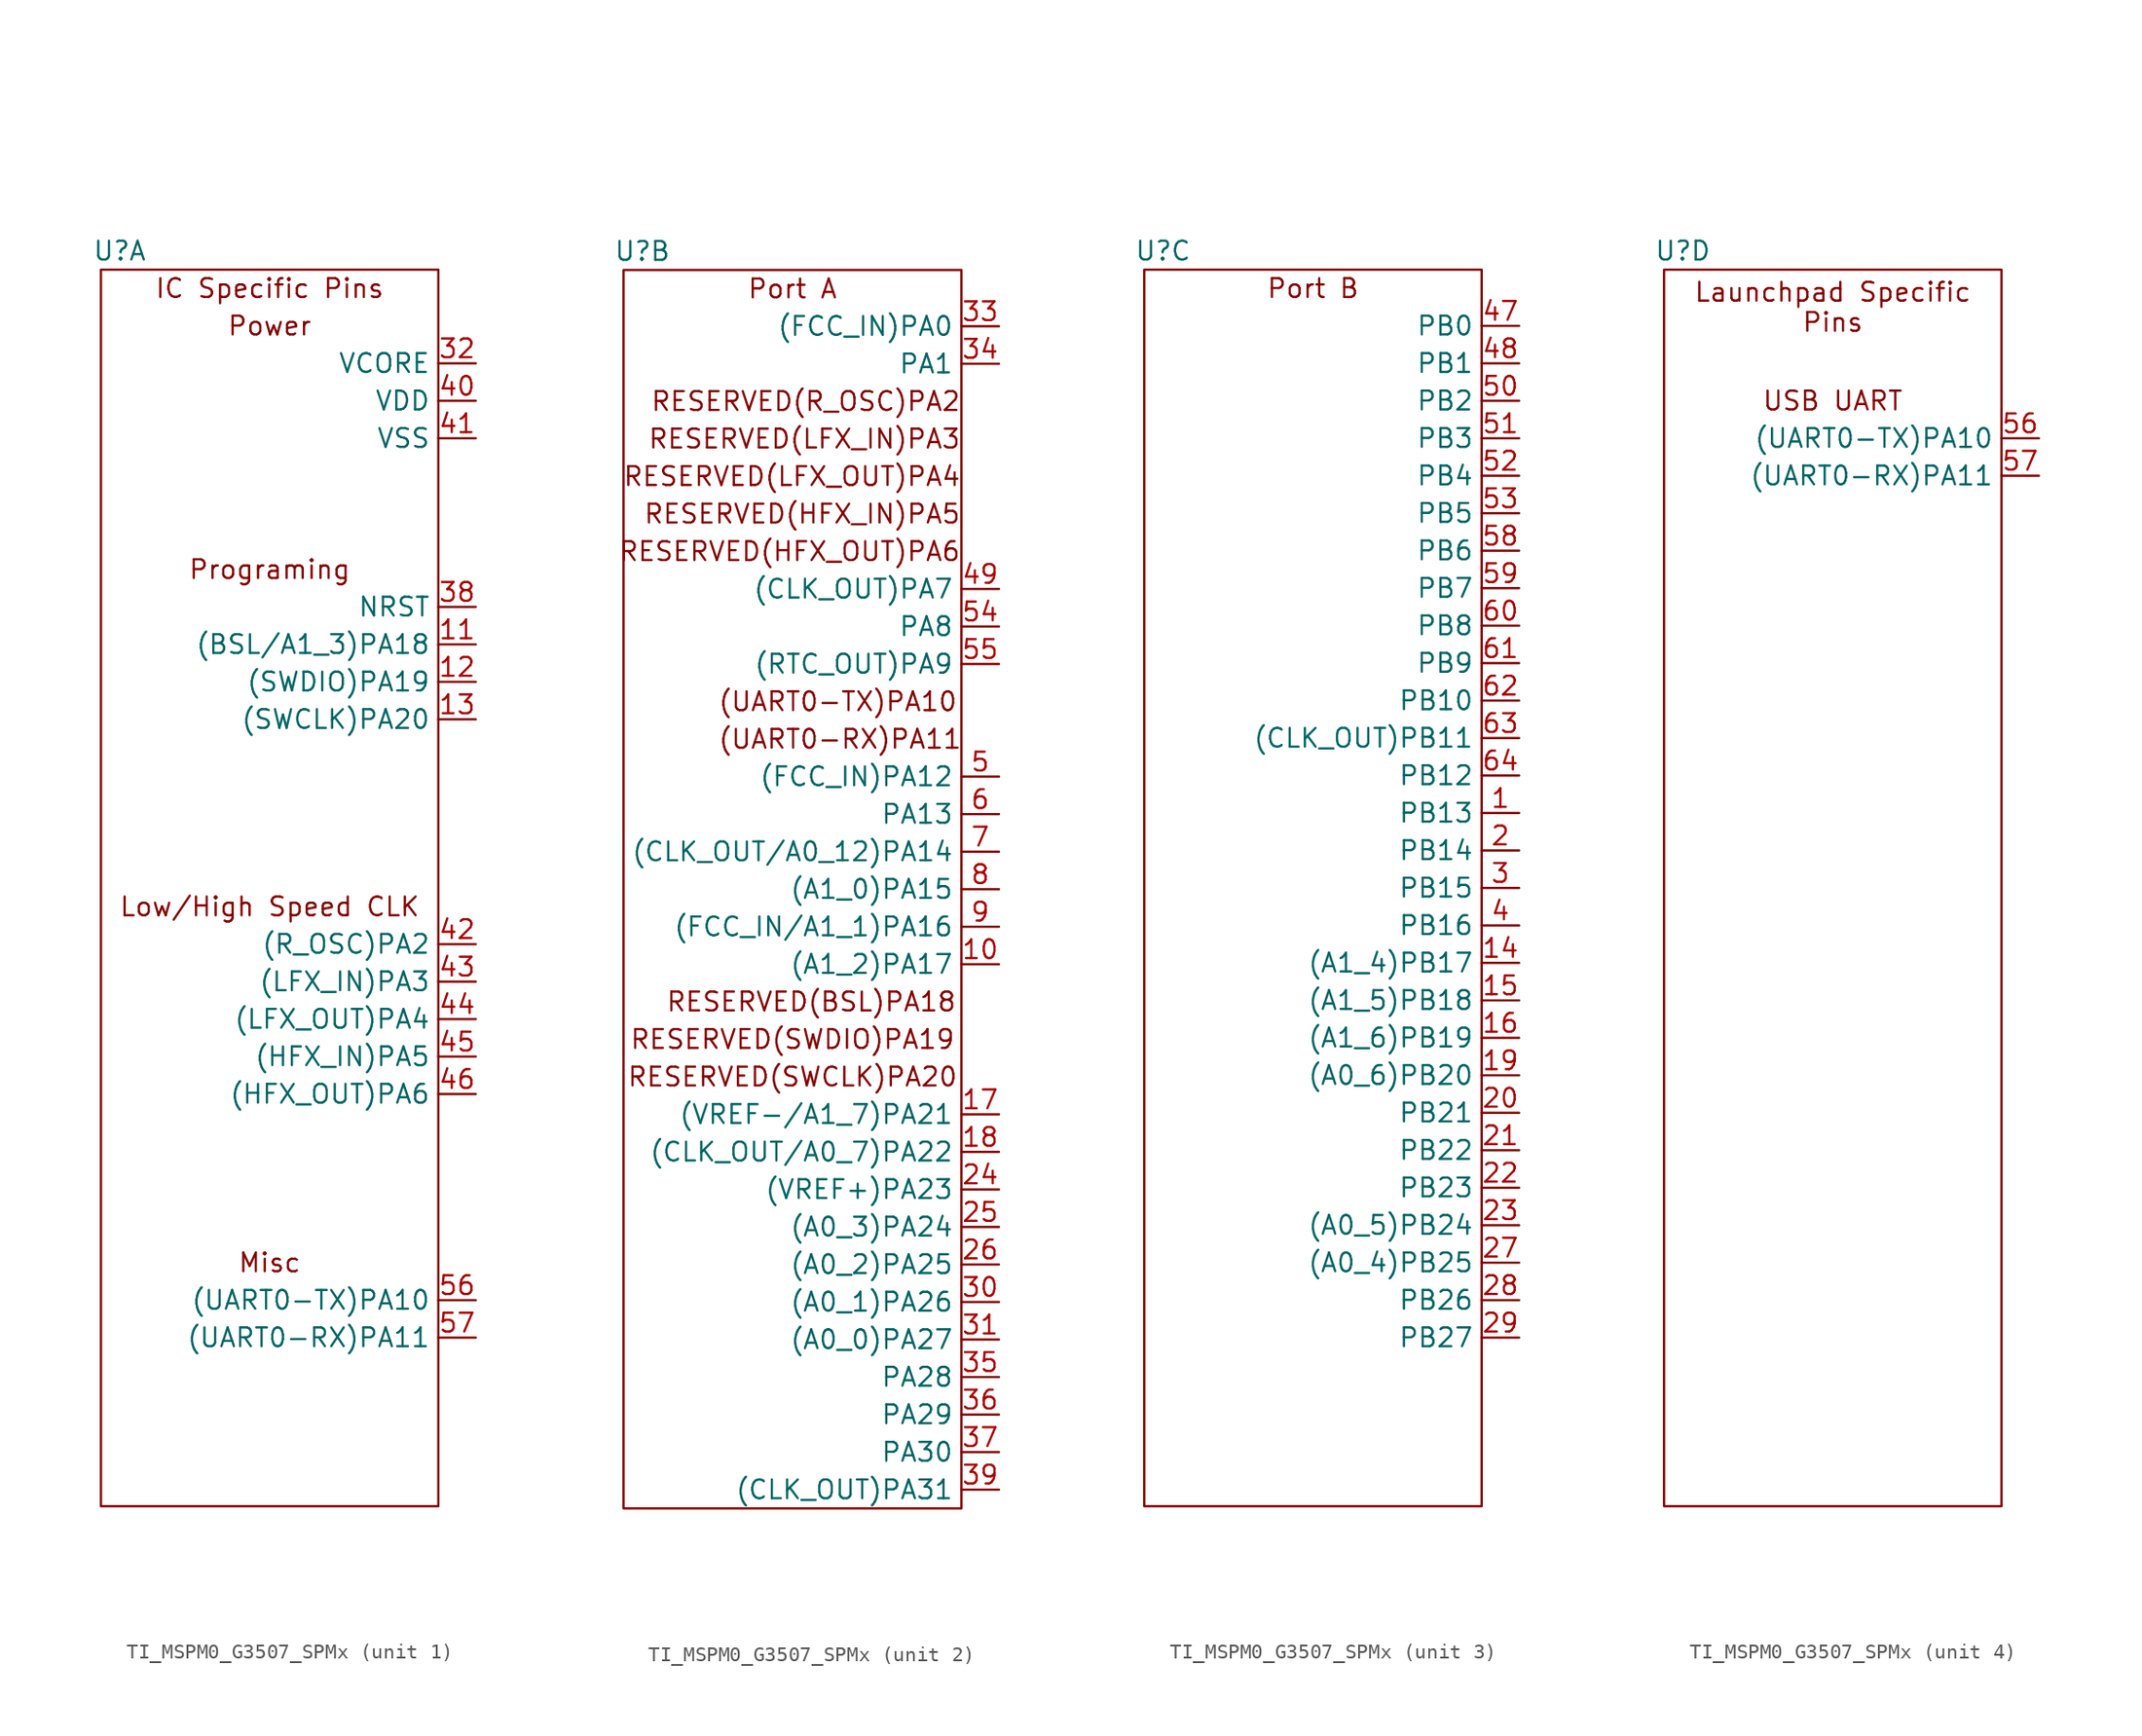
<source format=kicad_sym>
(kicad_symbol_lib
  (version 20220914)
  (generator kicad_symbol_editor)
  (symbol "TI_MSPM0_G3507_SPMx"
    (property "Reference" "U"
      (at 1.27 85.09 0)
      (effects (font (size 1.27 1.27))))
    (property "Value" ""
      (at 0 88.9 0)
      (effects (font (size 1.27 1.27))))
    (property "ki_locked" ""
      (at 0 0 0)
      (effects (font (size 1.27 1.27))))
    (symbol "TI_MSPM0_G3507_SPMx_1_1"
      (rectangle (start 0 83.82) (end 22.86 0) (stroke (width 0) (type default)) (fill (type none)))
      (text "IC Specific Pins" (at 11.43 82.55 0) (effects (font (size 1.27 1.27))))
      (text "Low/High Speed CLK" (at 11.43 40.64 0) (effects (font (size 1.27 1.27))))
      (text "Misc" (at 11.43 16.51 0) (effects (font (size 1.27 1.27))))
      (text "Power\n" (at 11.43 80.01 0) (effects (font (size 1.27 1.27))))
      (text "Programing" (at 11.43 63.5 0) (effects (font (size 1.27 1.27))))
      (pin bidirectional line (at 25.4 58.42 180) (length 2.54) (name "(BSL/A1_3)PA18" (effects (font (size 1.27 1.27)))) (number "11" (effects (font (size 1.27 1.27)))))
      (pin bidirectional line (at 25.4 55.88 180) (length 2.54) (name "(SWDIO)PA19" (effects (font (size 1.27 1.27)))) (number "12" (effects (font (size 1.27 1.27)))))
      (pin bidirectional line (at 25.4 53.34 180) (length 2.54) (name "(SWCLK)PA20" (effects (font (size 1.27 1.27)))) (number "13" (effects (font (size 1.27 1.27)))))
      (pin bidirectional line (at 25.4 77.47 180) (length 2.54) (name "VCORE" (effects (font (size 1.27 1.27)))) (number "32" (effects (font (size 1.27 1.27)))))
      (pin bidirectional line (at 25.4 60.96 180) (length 2.54) (name "NRST" (effects (font (size 1.27 1.27)))) (number "38" (effects (font (size 1.27 1.27)))))
      (pin bidirectional line (at 25.4 74.93 180) (length 2.54) (name "VDD" (effects (font (size 1.27 1.27)))) (number "40" (effects (font (size 1.27 1.27)))))
      (pin bidirectional line (at 25.4 72.39 180) (length 2.54) (name "VSS" (effects (font (size 1.27 1.27)))) (number "41" (effects (font (size 1.27 1.27)))))
      (pin bidirectional line (at 25.4 38.1 180) (length 2.54) (name "(R_OSC)PA2" (effects (font (size 1.27 1.27)))) (number "42" (effects (font (size 1.27 1.27)))))
      (pin bidirectional line (at 25.4 35.56 180) (length 2.54) (name "(LFX_IN)PA3" (effects (font (size 1.27 1.27)))) (number "43" (effects (font (size 1.27 1.27)))))
      (pin bidirectional line (at 25.4 33.02 180) (length 2.54) (name "(LFX_OUT)PA4" (effects (font (size 1.27 1.27)))) (number "44" (effects (font (size 1.27 1.27)))))
      (pin bidirectional line (at 25.4 30.48 180) (length 2.54) (name "(HFX_IN)PA5" (effects (font (size 1.27 1.27)))) (number "45" (effects (font (size 1.27 1.27)))))
      (pin bidirectional line (at 25.4 27.94 180) (length 2.54) (name "(HFX_OUT)PA6" (effects (font (size 1.27 1.27)))) (number "46" (effects (font (size 1.27 1.27)))))
      (pin bidirectional line (at 25.4 13.97 180) (length 2.54) (name "(UART0-TX)PA10" (effects (font (size 1.27 1.27)))) (number "56" (effects (font (size 1.27 1.27)))))
      (pin bidirectional line (at 25.4 11.43 180) (length 2.54) (name "(UART0-RX)PA11" (effects (font (size 1.27 1.27)))) (number "57" (effects (font (size 1.27 1.27))))))
    (symbol "TI_MSPM0_G3507_SPMx_2_1"
      (rectangle (start 0 83.82) (end 22.86 0) (stroke (width 0) (type default)) (fill (type none)))
      (text "(UART0-RX)PA11\n" (at 6.35 52.07 0) (effects (font (size 1.27 1.27)) (justify left)))
      (text "(UART0-TX)PA10" (at 6.35 54.61 0) (effects (font (size 1.27 1.27)) (justify left)))
      (text "Port A" (at 11.43 82.55 0) (effects (font (size 1.27 1.27))))
      (text "RESERVED(BSL)PA18\n" (at 12.7 34.29 0) (effects (font (size 1.27 1.27))))
      (text "RESERVED(HFX_IN)PA5" (at 22.86 67.31 0) (effects (font (size 1.27 1.27)) (justify right)))
      (text "RESERVED(HFX_OUT)PA6" (at 22.86 64.77 0) (effects (font (size 1.27 1.27)) (justify right)))
      (text "RESERVED(LFX_IN)PA3\n" (at 22.86 72.39 0) (effects (font (size 1.27 1.27)) (justify right)))
      (text "RESERVED(LFX_OUT)PA4\n" (at 22.86 69.85 0) (effects (font (size 1.27 1.27)) (justify right)))
      (text "RESERVED(R_OSC)PA2\n" (at 22.86 74.93 0) (effects (font (size 1.27 1.27)) (justify right)))
      (text "RESERVED(SWCLK)PA20" (at 11.43 29.21 0) (effects (font (size 1.27 1.27))))
      (text "RESERVED(SWDIO)PA19" (at 11.43 31.75 0) (effects (font (size 1.27 1.27))))
      (pin bidirectional line (at 25.4 36.83 180) (length 2.54) (name "(A1_2)PA17" (effects (font (size 1.27 1.27)))) (number "10" (effects (font (size 1.27 1.27)))))
      (pin bidirectional line (at 25.4 26.67 180) (length 2.54) (name "(VREF-/A1_7)PA21" (effects (font (size 1.27 1.27)))) (number "17" (effects (font (size 1.27 1.27)))))
      (pin bidirectional line (at 25.4 24.13 180) (length 2.54) (name "(CLK_OUT/A0_7)PA22" (effects (font (size 1.27 1.27)))) (number "18" (effects (font (size 1.27 1.27)))))
      (pin bidirectional line (at 25.4 21.59 180) (length 2.54) (name "(VREF+)PA23" (effects (font (size 1.27 1.27)))) (number "24" (effects (font (size 1.27 1.27)))))
      (pin bidirectional line (at 25.4 19.05 180) (length 2.54) (name "(A0_3)PA24" (effects (font (size 1.27 1.27)))) (number "25" (effects (font (size 1.27 1.27)))))
      (pin bidirectional line (at 25.4 16.51 180) (length 2.54) (name "(A0_2)PA25" (effects (font (size 1.27 1.27)))) (number "26" (effects (font (size 1.27 1.27)))))
      (pin bidirectional line (at 25.4 13.97 180) (length 2.54) (name "(A0_1)PA26" (effects (font (size 1.27 1.27)))) (number "30" (effects (font (size 1.27 1.27)))))
      (pin bidirectional line (at 25.4 11.43 180) (length 2.54) (name "(A0_0)PA27" (effects (font (size 1.27 1.27)))) (number "31" (effects (font (size 1.27 1.27)))))
      (pin bidirectional line (at 25.4 80.01 180) (length 2.54) (name "(FCC_IN)PA0" (effects (font (size 1.27 1.27)))) (number "33" (effects (font (size 1.27 1.27)))))
      (pin bidirectional line (at 25.4 77.47 180) (length 2.54) (name "PA1" (effects (font (size 1.27 1.27)))) (number "34" (effects (font (size 1.27 1.27)))))
      (pin bidirectional line (at 25.4 8.89 180) (length 2.54) (name "PA28" (effects (font (size 1.27 1.27)))) (number "35" (effects (font (size 1.27 1.27)))))
      (pin bidirectional line (at 25.4 6.35 180) (length 2.54) (name "PA29" (effects (font (size 1.27 1.27)))) (number "36" (effects (font (size 1.27 1.27)))))
      (pin bidirectional line (at 25.4 3.81 180) (length 2.54) (name "PA30" (effects (font (size 1.27 1.27)))) (number "37" (effects (font (size 1.27 1.27)))))
      (pin bidirectional line (at 25.4 1.27 180) (length 2.54) (name "(CLK_OUT)PA31" (effects (font (size 1.27 1.27)))) (number "39" (effects (font (size 1.27 1.27)))))
      (pin bidirectional line (at 25.4 62.23 180) (length 2.54) (name "(CLK_OUT)PA7" (effects (font (size 1.27 1.27)))) (number "49" (effects (font (size 1.27 1.27)))))
      (pin bidirectional line (at 25.4 49.53 180) (length 2.54) (name "(FCC_IN)PA12" (effects (font (size 1.27 1.27)))) (number "5" (effects (font (size 1.27 1.27)))))
      (pin bidirectional line (at 25.4 59.69 180) (length 2.54) (name "PA8" (effects (font (size 1.27 1.27)))) (number "54" (effects (font (size 1.27 1.27)))))
      (pin bidirectional line (at 25.4 57.15 180) (length 2.54) (name "(RTC_OUT)PA9" (effects (font (size 1.27 1.27)))) (number "55" (effects (font (size 1.27 1.27)))))
      (pin bidirectional line (at 25.4 46.99 180) (length 2.54) (name "PA13" (effects (font (size 1.27 1.27)))) (number "6" (effects (font (size 1.27 1.27)))))
      (pin bidirectional line (at 25.4 44.45 180) (length 2.54) (name "(CLK_OUT/A0_12)PA14" (effects (font (size 1.27 1.27)))) (number "7" (effects (font (size 1.27 1.27)))))
      (pin bidirectional line (at 25.4 41.91 180) (length 2.54) (name "(A1_0)PA15" (effects (font (size 1.27 1.27)))) (number "8" (effects (font (size 1.27 1.27)))))
      (pin bidirectional line (at 25.4 39.37 180) (length 2.54) (name "(FCC_IN/A1_1)PA16" (effects (font (size 1.27 1.27)))) (number "9" (effects (font (size 1.27 1.27))))))
    (symbol "TI_MSPM0_G3507_SPMx_3_1"
      (rectangle (start 0 83.82) (end 22.86 0) (stroke (width 0) (type default)) (fill (type none)))
      (text "Port B" (at 11.43 82.55 0) (effects (font (size 1.27 1.27))))
      (pin bidirectional line (at 25.4 46.99 180) (length 2.54) (name "PB13" (effects (font (size 1.27 1.27)))) (number "1" (effects (font (size 1.27 1.27)))))
      (pin bidirectional line (at 25.4 36.83 180) (length 2.54) (name "(A1_4)PB17" (effects (font (size 1.27 1.27)))) (number "14" (effects (font (size 1.27 1.27)))))
      (pin bidirectional line (at 25.4 34.29 180) (length 2.54) (name "(A1_5)PB18" (effects (font (size 1.27 1.27)))) (number "15" (effects (font (size 1.27 1.27)))))
      (pin bidirectional line (at 25.4 31.75 180) (length 2.54) (name "(A1_6)PB19" (effects (font (size 1.27 1.27)))) (number "16" (effects (font (size 1.27 1.27)))))
      (pin bidirectional line (at 25.4 29.21 180) (length 2.54) (name "(A0_6)PB20" (effects (font (size 1.27 1.27)))) (number "19" (effects (font (size 1.27 1.27)))))
      (pin bidirectional line (at 25.4 44.45 180) (length 2.54) (name "PB14" (effects (font (size 1.27 1.27)))) (number "2" (effects (font (size 1.27 1.27)))))
      (pin bidirectional line (at 25.4 26.67 180) (length 2.54) (name "PB21" (effects (font (size 1.27 1.27)))) (number "20" (effects (font (size 1.27 1.27)))))
      (pin bidirectional line (at 25.4 24.13 180) (length 2.54) (name "PB22" (effects (font (size 1.27 1.27)))) (number "21" (effects (font (size 1.27 1.27)))))
      (pin bidirectional line (at 25.4 21.59 180) (length 2.54) (name "PB23" (effects (font (size 1.27 1.27)))) (number "22" (effects (font (size 1.27 1.27)))))
      (pin bidirectional line (at 25.4 19.05 180) (length 2.54) (name "(A0_5)PB24" (effects (font (size 1.27 1.27)))) (number "23" (effects (font (size 1.27 1.27)))))
      (pin bidirectional line (at 25.4 16.51 180) (length 2.54) (name "(A0_4)PB25" (effects (font (size 1.27 1.27)))) (number "27" (effects (font (size 1.27 1.27)))))
      (pin bidirectional line (at 25.4 13.97 180) (length 2.54) (name "PB26" (effects (font (size 1.27 1.27)))) (number "28" (effects (font (size 1.27 1.27)))))
      (pin bidirectional line (at 25.4 11.43 180) (length 2.54) (name "PB27" (effects (font (size 1.27 1.27)))) (number "29" (effects (font (size 1.27 1.27)))))
      (pin bidirectional line (at 25.4 41.91 180) (length 2.54) (name "PB15" (effects (font (size 1.27 1.27)))) (number "3" (effects (font (size 1.27 1.27)))))
      (pin bidirectional line (at 25.4 39.37 180) (length 2.54) (name "PB16" (effects (font (size 1.27 1.27)))) (number "4" (effects (font (size 1.27 1.27)))))
      (pin bidirectional line (at 25.4 80.01 180) (length 2.54) (name "PB0" (effects (font (size 1.27 1.27)))) (number "47" (effects (font (size 1.27 1.27)))))
      (pin bidirectional line (at 25.4 77.47 180) (length 2.54) (name "PB1" (effects (font (size 1.27 1.27)))) (number "48" (effects (font (size 1.27 1.27)))))
      (pin bidirectional line (at 25.4 74.93 180) (length 2.54) (name "PB2" (effects (font (size 1.27 1.27)))) (number "50" (effects (font (size 1.27 1.27)))))
      (pin bidirectional line (at 25.4 72.39 180) (length 2.54) (name "PB3" (effects (font (size 1.27 1.27)))) (number "51" (effects (font (size 1.27 1.27)))))
      (pin bidirectional line (at 25.4 69.85 180) (length 2.54) (name "PB4" (effects (font (size 1.27 1.27)))) (number "52" (effects (font (size 1.27 1.27)))))
      (pin bidirectional line (at 25.4 67.31 180) (length 2.54) (name "PB5" (effects (font (size 1.27 1.27)))) (number "53" (effects (font (size 1.27 1.27)))))
      (pin bidirectional line (at 25.4 64.77 180) (length 2.54) (name "PB6" (effects (font (size 1.27 1.27)))) (number "58" (effects (font (size 1.27 1.27)))))
      (pin bidirectional line (at 25.4 62.23 180) (length 2.54) (name "PB7" (effects (font (size 1.27 1.27)))) (number "59" (effects (font (size 1.27 1.27)))))
      (pin bidirectional line (at 25.4 59.69 180) (length 2.54) (name "PB8" (effects (font (size 1.27 1.27)))) (number "60" (effects (font (size 1.27 1.27)))))
      (pin bidirectional line (at 25.4 57.15 180) (length 2.54) (name "PB9" (effects (font (size 1.27 1.27)))) (number "61" (effects (font (size 1.27 1.27)))))
      (pin bidirectional line (at 25.4 54.61 180) (length 2.54) (name "PB10" (effects (font (size 1.27 1.27)))) (number "62" (effects (font (size 1.27 1.27)))))
      (pin bidirectional line (at 25.4 52.07 180) (length 2.54) (name "(CLK_OUT)PB11" (effects (font (size 1.27 1.27)))) (number "63" (effects (font (size 1.27 1.27)))))
      (pin bidirectional line (at 25.4 49.53 180) (length 2.54) (name "PB12" (effects (font (size 1.27 1.27)))) (number "64" (effects (font (size 1.27 1.27))))))
    (symbol "TI_MSPM0_G3507_SPMx_4_1"
      (rectangle (start 0 83.82) (end 22.86 0) (stroke (width 0) (type default)) (fill (type none)))
      (text "Launchpad Specific\nPins" (at 11.43 81.28 0) (effects (font (size 1.27 1.27))))
      (text "USB UART" (at 11.43 74.93 0) (effects (font (size 1.27 1.27))))
      (pin bidirectional line (at 25.4 72.39 180) (length 2.54) (name "(UART0-TX)PA10" (effects (font (size 1.27 1.27)))) (number "56" (effects (font (size 1.27 1.27)))))
      (pin bidirectional line (at 25.4 69.85 180) (length 2.54) (name "(UART0-RX)PA11" (effects (font (size 1.27 1.27)))) (number "57" (effects (font (size 1.27 1.27))))))))
</source>
